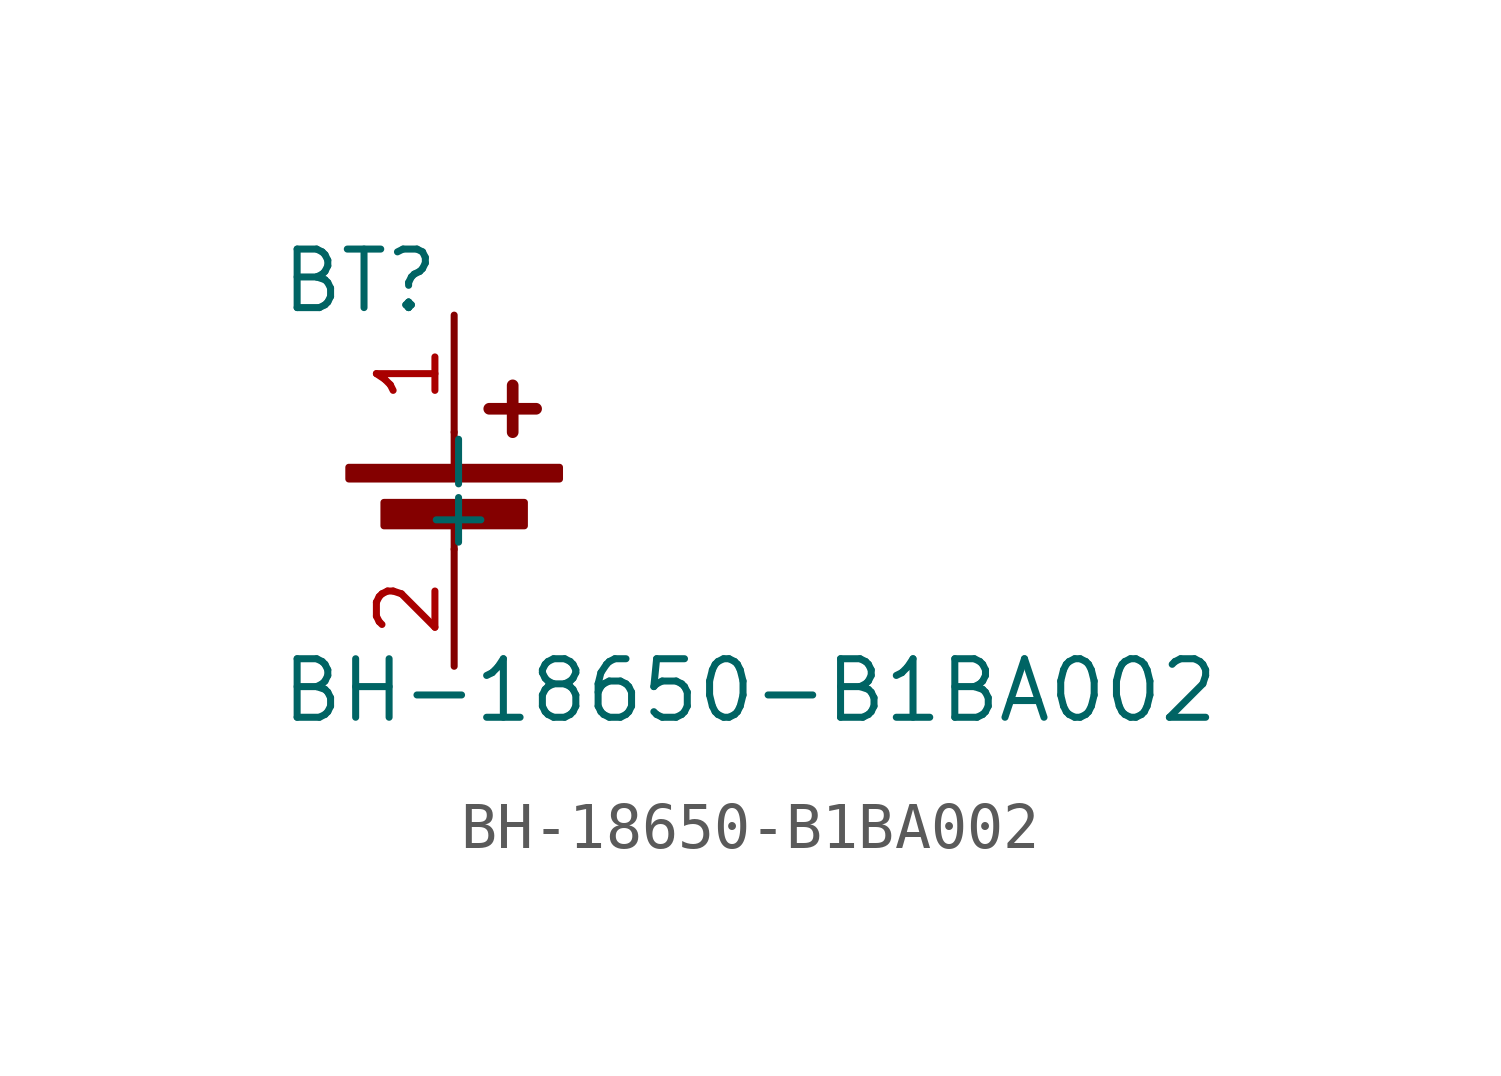
<source format=kicad_sym>
(kicad_symbol_lib
  (version 20241209)
  (generator "kicad_symbol_editor")
  (generator_version "9.0")
  (symbol "BH-18650-B1BA002"
    (pin_names
      (offset 1.016))
    (property "Reference" "BT"
      (at -3.81 3.81 0)
      (effects (font (size 1.27 1.27)) (justify left bottom)))
    (property "Value" "BH-18650-B1BA002"
      (at -3.81 -5.08 0)
      (effects (font (size 1.27 1.27)) (justify left bottom)))
    (symbol "BH-18650-B1BA002_0_1"
      (rectangle (start -2.286 0.508) (end 2.286 0.254) (stroke (width 0) (type default)) (fill (type outline)))
      (rectangle (start -1.524 -0.254) (end 1.524 -0.762) (stroke (width 0) (type default)) (fill (type outline)))
      (polyline (pts (xy 0 0.508) (xy 0 1.27)) (stroke (width 0) (type default)) (fill (type none)))
      (polyline (pts (xy 0 -0.508) (xy 0 -1.27)) (stroke (width 0) (type default)) (fill (type none)))
      (polyline (pts (xy 0.762 1.778) (xy 1.778 1.778)) (stroke (width 0.254) (type default)) (fill (type none)))
      (polyline (pts (xy 1.27 2.286) (xy 1.27 1.27)) (stroke (width 0.254) (type default)) (fill (type none))))
    (symbol "BH-18650-B1BA002_1_1"
      (pin passive line (at 0 3.81 270) (length 2.54) (name "+" (effects (font (size 1.27 1.27)))) (number "1" (effects (font (size 1.27 1.27)))))
      (pin passive line (at 0 -3.81 90) (length 2.54) (name "-" (effects (font (size 1.27 1.27)))) (number "2" (effects (font (size 1.27 1.27))))))))
</source>
